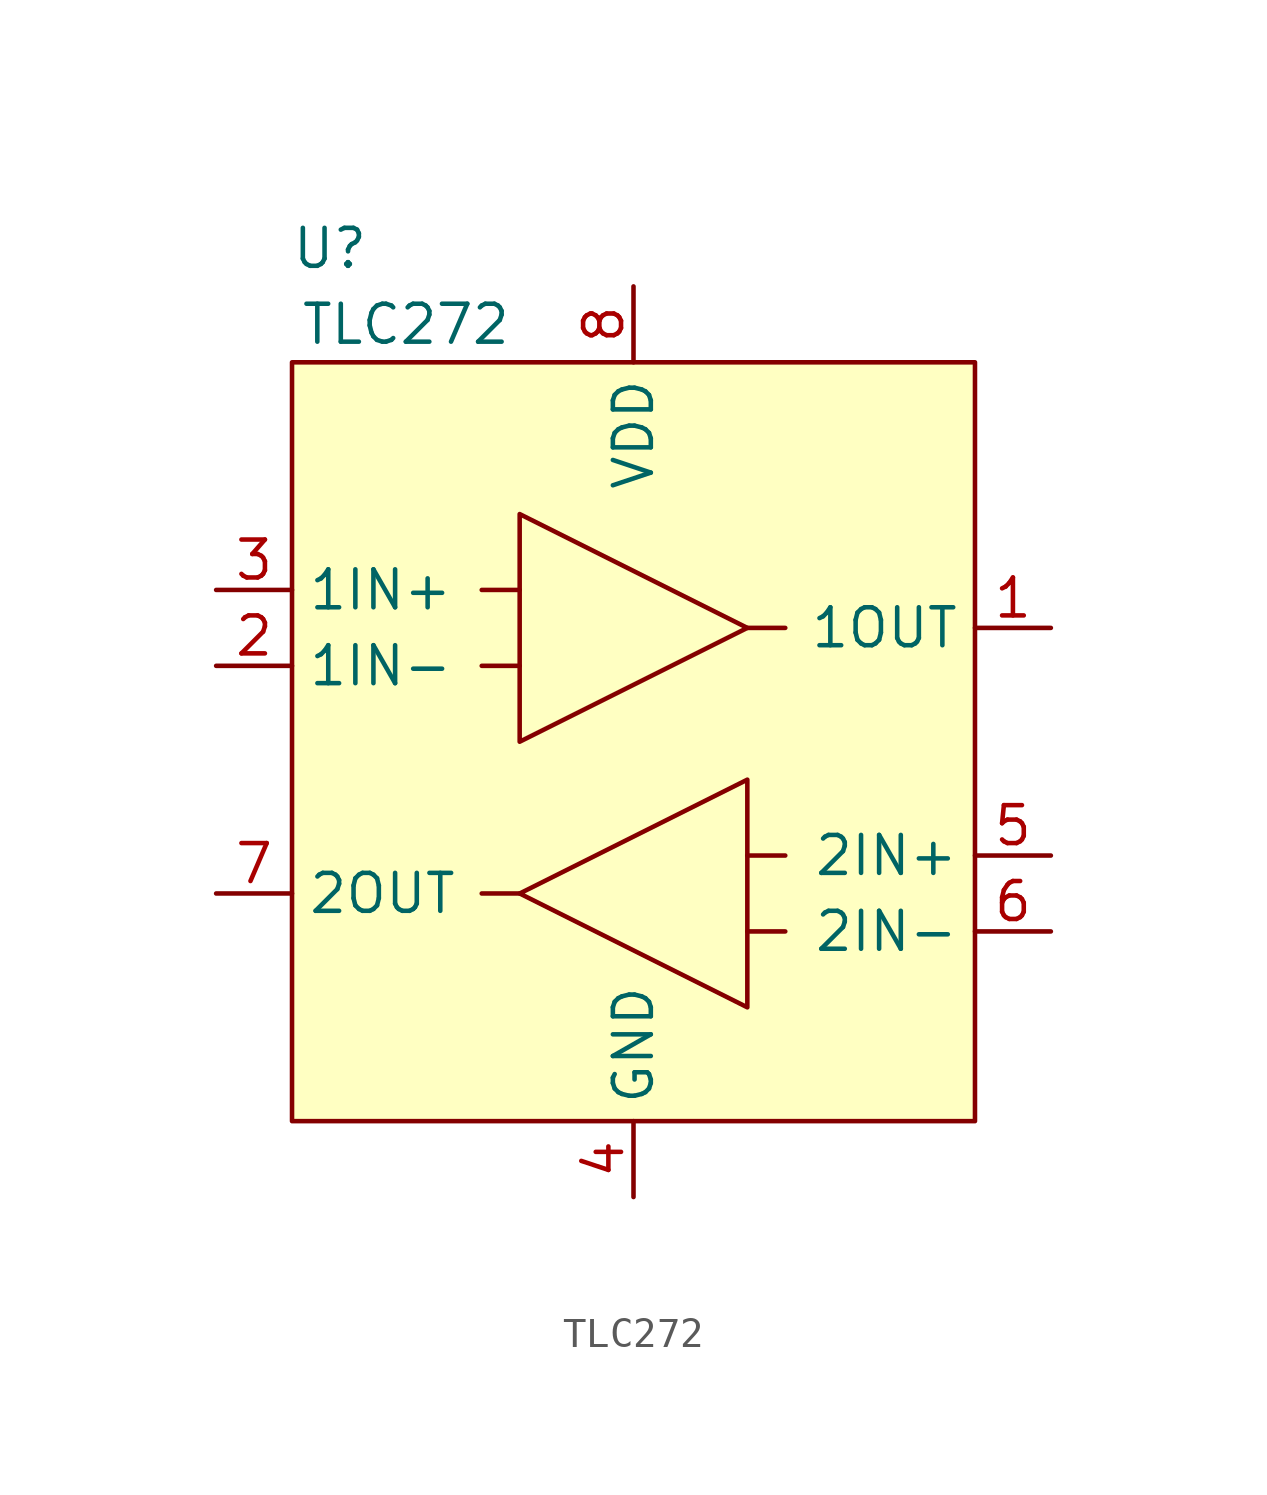
<source format=kicad_sym>
(kicad_symbol_lib
  (version 20211014)
  (generator kicad_symbol_editor)
  (symbol "TLC272"
    (property "Reference" "U"
      (at -10.16 17.78 0)
      (effects (font (size 1.27 1.27))))
    (property "Value" "TLC272"
      (at -7.62 15.24 0)
      (effects (font (size 1.27 1.27))))
    (symbol "TLC272_0_1"
      (rectangle (start -11.43 13.97) (end 11.43 -11.43) (stroke (width 0) (type default) (color 0 0 0 0)) (fill (type background)))
      (polyline (pts (xy -3.81 -3.81) (xy -5.08 -3.81)) (stroke (width 0) (type default) (color 0 0 0 0)) (fill (type none)))
      (polyline (pts (xy -3.81 3.81) (xy -5.08 3.81)) (stroke (width 0) (type default) (color 0 0 0 0)) (fill (type none)))
      (polyline (pts (xy -3.81 6.35) (xy -5.08 6.35)) (stroke (width 0) (type default) (color 0 0 0 0)) (fill (type none)))
      (polyline (pts (xy 3.81 -5.08) (xy 5.08 -5.08)) (stroke (width 0) (type default) (color 0 0 0 0)) (fill (type none)))
      (polyline (pts (xy 3.81 -2.54) (xy 5.08 -2.54)) (stroke (width 0) (type default) (color 0 0 0 0)) (fill (type none)))
      (polyline (pts (xy 3.81 5.08) (xy 5.08 5.08)) (stroke (width 0) (type default) (color 0 0 0 0)) (fill (type none)))
      (polyline (pts (xy -3.81 8.89) (xy -3.81 1.27) (xy 3.81 5.08) (xy -3.81 8.89)) (stroke (width 0) (type default) (color 0 0 0 0)) (fill (type none)))
      (polyline (pts (xy 3.81 -7.62) (xy 3.81 0) (xy -3.81 -3.81) (xy 3.81 -7.62)) (stroke (width 0) (type default) (color 0 0 0 0)) (fill (type none))))
    (symbol "TLC272_1_1"
      (pin output line (at 13.97 5.08 180) (length 2.54) (name "1OUT" (effects (font (size 1.27 1.27)))) (number "1" (effects (font (size 1.27 1.27)))))
      (pin input line (at -13.97 3.81 0) (length 2.54) (name "1IN-" (effects (font (size 1.27 1.27)))) (number "2" (effects (font (size 1.27 1.27)))))
      (pin input line (at -13.97 6.35 0) (length 2.54) (name "1IN+" (effects (font (size 1.27 1.27)))) (number "3" (effects (font (size 1.27 1.27)))))
      (pin power_in line (at 0 -13.97 90) (length 2.54) (name "GND" (effects (font (size 1.27 1.27)))) (number "4" (effects (font (size 1.27 1.27)))))
      (pin input line (at 13.97 -2.54 180) (length 2.54) (name "2IN+" (effects (font (size 1.27 1.27)))) (number "5" (effects (font (size 1.27 1.27)))))
      (pin input line (at 13.97 -5.08 180) (length 2.54) (name "2IN-" (effects (font (size 1.27 1.27)))) (number "6" (effects (font (size 1.27 1.27)))))
      (pin output line (at -13.97 -3.81 0) (length 2.54) (name "2OUT" (effects (font (size 1.27 1.27)))) (number "7" (effects (font (size 1.27 1.27)))))
      (pin power_in line (at 0 16.51 270) (length 2.54) (name "VDD" (effects (font (size 1.27 1.27)))) (number "8" (effects (font (size 1.27 1.27))))))))
</source>
